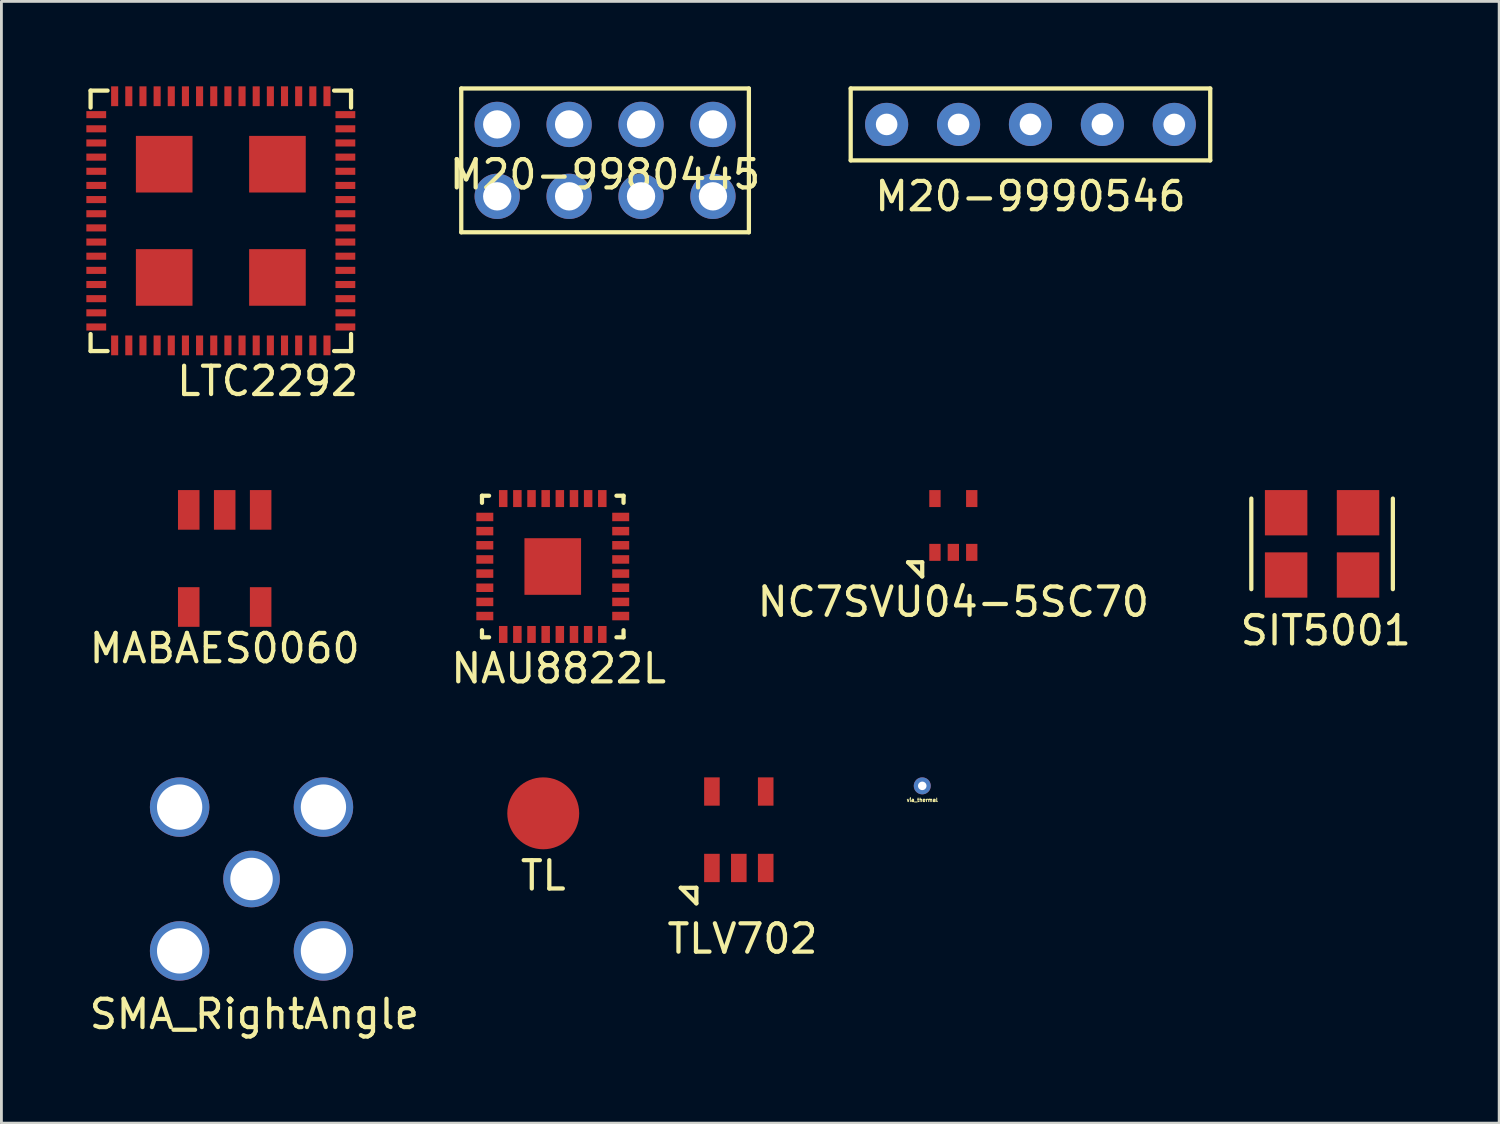
<source format=kicad_pcb>
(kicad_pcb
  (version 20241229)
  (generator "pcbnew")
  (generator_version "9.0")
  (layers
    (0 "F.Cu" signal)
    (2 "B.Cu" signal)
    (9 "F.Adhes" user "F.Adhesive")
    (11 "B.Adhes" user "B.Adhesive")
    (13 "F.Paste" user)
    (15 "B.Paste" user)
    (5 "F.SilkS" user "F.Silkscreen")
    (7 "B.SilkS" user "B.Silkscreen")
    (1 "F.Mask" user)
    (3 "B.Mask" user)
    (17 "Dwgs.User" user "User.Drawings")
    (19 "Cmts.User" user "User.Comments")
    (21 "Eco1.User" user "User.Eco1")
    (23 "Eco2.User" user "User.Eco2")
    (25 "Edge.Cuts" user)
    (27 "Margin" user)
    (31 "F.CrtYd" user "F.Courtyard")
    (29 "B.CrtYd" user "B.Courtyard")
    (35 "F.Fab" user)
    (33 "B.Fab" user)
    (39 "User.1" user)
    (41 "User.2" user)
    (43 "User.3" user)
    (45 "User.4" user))
  (footprint "NAU8822L"
    (layer "F.Cu")
    (at 16.475 16.961)
    (property "Reference" "NAU8822L" (at 0.21 3.6 0) (layer "F.SilkS") (effects (font (size 1 1) (thickness 0.15))))
    (attr through_hole)
    (fp_line (start -2.5 -2.5) (end -2.25 -2.5) (stroke (width 0.15) (type solid)) (layer "F.SilkS"))
    (fp_line (start -2.5 -2.25) (end -2.5 -2.5) (stroke (width 0.15) (type solid)) (layer "F.SilkS"))
    (fp_line (start -2.5 2.25) (end -2.5 2.5) (stroke (width 0.15) (type solid)) (layer "F.SilkS"))
    (fp_line (start -2.5 2.5) (end -2.25 2.5) (stroke (width 0.15) (type solid)) (layer "F.SilkS"))
    (fp_line (start 2.25 -2.5) (end 2.5 -2.5) (stroke (width 0.15) (type solid)) (layer "F.SilkS"))
    (fp_line (start 2.5 -2.5) (end 2.5 -2.25) (stroke (width 0.15) (type solid)) (layer "F.SilkS"))
    (fp_line (start 2.5 2.25) (end 2.5 2.5) (stroke (width 0.15) (type solid)) (layer "F.SilkS"))
    (fp_line (start 2.5 2.5) (end 2.25 2.5) (stroke (width 0.15) (type solid)) (layer "F.SilkS"))
    (pad "1" smd rect (at -2.4 -1.75) (size 0.6 0.3) (layers "F.Cu" "F.Mask" "F.Paste"))
    (pad "2" smd rect (at -2.4 -1.25) (size 0.6 0.3) (layers "F.Cu" "F.Mask" "F.Paste"))
    (pad "3" smd rect (at -2.4 -0.75) (size 0.6 0.3) (layers "F.Cu" "F.Mask" "F.Paste"))
    (pad "4" smd rect (at -2.4 -0.25) (size 0.6 0.3) (layers "F.Cu" "F.Mask" "F.Paste"))
    (pad "5" smd rect (at -2.4 0.25) (size 0.6 0.3) (layers "F.Cu" "F.Mask" "F.Paste"))
    (pad "6" smd rect (at -2.4 0.75) (size 0.6 0.3) (layers "F.Cu" "F.Mask" "F.Paste"))
    (pad "7" smd rect (at -2.4 1.25) (size 0.6 0.3) (layers "F.Cu" "F.Mask" "F.Paste"))
    (pad "8" smd rect (at -2.4 1.75) (size 0.6 0.3) (layers "F.Cu" "F.Mask" "F.Paste"))
    (pad "9" smd rect (at -1.75 2.4) (size 0.3 0.6) (layers "F.Cu" "F.Mask" "F.Paste"))
    (pad "10" smd rect (at -1.25 2.4) (size 0.3 0.6) (layers "F.Cu" "F.Mask" "F.Paste"))
    (pad "11" smd rect (at -0.75 2.4) (size 0.3 0.6) (layers "F.Cu" "F.Mask" "F.Paste"))
    (pad "12" smd rect (at -0.25 2.4) (size 0.3 0.6) (layers "F.Cu" "F.Mask" "F.Paste"))
    (pad "13" smd rect (at 0.25 2.4) (size 0.3 0.6) (layers "F.Cu" "F.Mask" "F.Paste"))
    (pad "14" smd rect (at 0.75 2.4) (size 0.3 0.6) (layers "F.Cu" "F.Mask" "F.Paste"))
    (pad "15" smd rect (at 1.25 2.4) (size 0.3 0.6) (layers "F.Cu" "F.Mask" "F.Paste"))
    (pad "16" smd rect (at 1.75 2.4) (size 0.3 0.6) (layers "F.Cu" "F.Mask" "F.Paste"))
    (pad "17" smd rect (at 2.4 1.75) (size 0.6 0.3) (layers "F.Cu" "F.Mask" "F.Paste"))
    (pad "18" smd rect (at 2.4 1.25) (size 0.6 0.3) (layers "F.Cu" "F.Mask" "F.Paste"))
    (pad "19" smd rect (at 2.4 0.75) (size 0.6 0.3) (layers "F.Cu" "F.Mask" "F.Paste"))
    (pad "20" smd rect (at 2.4 0.25) (size 0.6 0.3) (layers "F.Cu" "F.Mask" "F.Paste"))
    (pad "21" smd rect (at 2.4 -0.25) (size 0.6 0.3) (layers "F.Cu" "F.Mask" "F.Paste"))
    (pad "22" smd rect (at 2.4 -0.75) (size 0.6 0.3) (layers "F.Cu" "F.Mask" "F.Paste"))
    (pad "23" smd rect (at 2.4 -1.25) (size 0.6 0.3) (layers "F.Cu" "F.Mask" "F.Paste"))
    (pad "24" smd rect (at 2.4 -1.75) (size 0.6 0.3) (layers "F.Cu" "F.Mask" "F.Paste"))
    (pad "25" smd rect (at 1.75 -2.4) (size 0.3 0.6) (layers "F.Cu" "F.Mask" "F.Paste"))
    (pad "26" smd rect (at 1.25 -2.4) (size 0.3 0.6) (layers "F.Cu" "F.Mask" "F.Paste"))
    (pad "27" smd rect (at 0.75 -2.4) (size 0.3 0.6) (layers "F.Cu" "F.Mask" "F.Paste"))
    (pad "28" smd rect (at 0.25 -2.4) (size 0.3 0.6) (layers "F.Cu" "F.Mask" "F.Paste"))
    (pad "29" smd rect (at -0.25 -2.4) (size 0.3 0.6) (layers "F.Cu" "F.Mask" "F.Paste"))
    (pad "30" smd rect (at -0.75 -2.4) (size 0.3 0.6) (layers "F.Cu" "F.Mask" "F.Paste"))
    (pad "31" smd rect (at -1.25 -2.4) (size 0.3 0.6) (layers "F.Cu" "F.Mask" "F.Paste"))
    (pad "32" smd rect (at -1.75 -2.4) (size 0.3 0.6) (layers "F.Cu" "F.Mask" "F.Paste"))
    (pad "33" smd rect (at 0 0) (size 2 2) (layers "F.Cu" "F.Mask" "F.Paste")))
  (footprint "TLV702"
    (layer "F.Cu")
    (at 23.047 26.259)
    (property "Reference" "TLV702" (at 0.13 3.85 0) (layer "F.SilkS") (effects (font (size 1 1) (thickness 0.15))))
    (attr through_hole)
    (fp_line (start -2.05 2.05) (end -1.5 2.05) (stroke (width 0.15) (type solid)) (layer "F.SilkS"))
    (fp_line (start -1.5 2.05) (end -1.5 2.6) (stroke (width 0.15) (type solid)) (layer "F.SilkS"))
    (fp_line (start -1.5 2.6) (end -2.05 2.05) (stroke (width 0.15) (type solid)) (layer "F.SilkS"))
    (pad "1" smd rect (at -0.95 1.35) (size 0.55 1) (layers "F.Cu" "F.Mask" "F.Paste"))
    (pad "2" smd rect (at 0 1.35) (size 0.55 1) (layers "F.Cu" "F.Mask" "F.Paste"))
    (pad "3" smd rect (at 0.95 1.35) (size 0.55 1) (layers "F.Cu" "F.Mask" "F.Paste"))
    (pad "4" smd rect (at 0.95 -1.35) (size 0.55 1) (layers "F.Cu" "F.Mask" "F.Paste"))
    (pad "5" smd rect (at -0.95 -1.35) (size 0.55 1) (layers "F.Cu" "F.Mask" "F.Paste")))
  (footprint "LTC2292"
    (layer "F.Cu")
    (at 4.75 4.75)
    (property "Reference" "LTC2292" (at 1.656 5.663 0) (layer "F.SilkS") (effects (font (size 1 1) (thickness 0.15))))
    (attr through_hole)
    (fp_line (start -4.6 -4.6) (end -4 -4.6) (stroke (width 0.15) (type solid)) (layer "F.SilkS"))
    (fp_line (start -4.6 -4) (end -4.6 -4.6) (stroke (width 0.15) (type solid)) (layer "F.SilkS"))
    (fp_line (start -4.6 4) (end -4.6 4.6) (stroke (width 0.15) (type solid)) (layer "F.SilkS"))
    (fp_line (start -4.6 4.6) (end -4 4.6) (stroke (width 0.15) (type solid)) (layer "F.SilkS"))
    (fp_line (start 4 -4.6) (end 4.6 -4.6) (stroke (width 0.15) (type solid)) (layer "F.SilkS"))
    (fp_line (start 4 4.6) (end 4.6 4.6) (stroke (width 0.15) (type solid)) (layer "F.SilkS"))
    (fp_line (start 4.6 -4.6) (end 4.6 -4) (stroke (width 0.15) (type solid)) (layer "F.SilkS"))
    (fp_line (start 4.6 4.6) (end 4.6 4) (stroke (width 0.15) (type solid)) (layer "F.SilkS"))
    (pad "1" smd rect (at -4.4 -3.75) (size 0.7 0.25) (layers "F.Cu" "F.Mask" "F.Paste"))
    (pad "2" smd rect (at -4.4 -3.25) (size 0.7 0.25) (layers "F.Cu" "F.Mask" "F.Paste"))
    (pad "3" smd rect (at -4.4 -2.75) (size 0.7 0.25) (layers "F.Cu" "F.Mask" "F.Paste"))
    (pad "4" smd rect (at -4.4 -2.25) (size 0.7 0.25) (layers "F.Cu" "F.Mask" "F.Paste"))
    (pad "5" smd rect (at -4.4 -1.75) (size 0.7 0.25) (layers "F.Cu" "F.Mask" "F.Paste"))
    (pad "6" smd rect (at -4.4 -1.25) (size 0.7 0.25) (layers "F.Cu" "F.Mask" "F.Paste"))
    (pad "7" smd rect (at -4.4 -0.75) (size 0.7 0.25) (layers "F.Cu" "F.Mask" "F.Paste"))
    (pad "8" smd rect (at -4.4 -0.25) (size 0.7 0.25) (layers "F.Cu" "F.Mask" "F.Paste"))
    (pad "9" smd rect (at -4.4 0.25) (size 0.7 0.25) (layers "F.Cu" "F.Mask" "F.Paste"))
    (pad "10" smd rect (at -4.4 0.75) (size 0.7 0.25) (layers "F.Cu" "F.Mask" "F.Paste"))
    (pad "11" smd rect (at -4.4 1.25) (size 0.7 0.25) (layers "F.Cu" "F.Mask" "F.Paste"))
    (pad "12" smd rect (at -4.4 1.75) (size 0.7 0.25) (layers "F.Cu" "F.Mask" "F.Paste"))
    (pad "13" smd rect (at -4.4 2.25) (size 0.7 0.25) (layers "F.Cu" "F.Mask" "F.Paste"))
    (pad "14" smd rect (at -4.4 2.75) (size 0.7 0.25) (layers "F.Cu" "F.Mask" "F.Paste"))
    (pad "15" smd rect (at -4.4 3.25) (size 0.7 0.25) (layers "F.Cu" "F.Mask" "F.Paste"))
    (pad "16" smd rect (at -4.4 3.75) (size 0.7 0.25) (layers "F.Cu" "F.Mask" "F.Paste"))
    (pad "17" smd rect (at -3.75 4.4) (size 0.25 0.7) (layers "F.Cu" "F.Mask" "F.Paste"))
    (pad "18" smd rect (at -3.25 4.4) (size 0.25 0.7) (layers "F.Cu" "F.Mask" "F.Paste"))
    (pad "19" smd rect (at -2.75 4.4) (size 0.25 0.7) (layers "F.Cu" "F.Mask" "F.Paste"))
    (pad "20" smd rect (at -2.25 4.4) (size 0.25 0.7) (layers "F.Cu" "F.Mask" "F.Paste"))
    (pad "21" smd rect (at -1.75 4.4) (size 0.25 0.7) (layers "F.Cu" "F.Mask" "F.Paste"))
    (pad "22" smd rect (at -1.25 4.4) (size 0.25 0.7) (layers "F.Cu" "F.Mask" "F.Paste"))
    (pad "23" smd rect (at -0.75 4.4) (size 0.25 0.7) (layers "F.Cu" "F.Mask" "F.Paste"))
    (pad "24" smd rect (at -0.25 4.4) (size 0.25 0.7) (layers "F.Cu" "F.Mask" "F.Paste"))
    (pad "25" smd rect (at 0.25 4.4) (size 0.25 0.7) (layers "F.Cu" "F.Mask" "F.Paste"))
    (pad "26" smd rect (at 0.75 4.4) (size 0.25 0.7) (layers "F.Cu" "F.Mask" "F.Paste"))
    (pad "27" smd rect (at 1.25 4.4) (size 0.25 0.7) (layers "F.Cu" "F.Mask" "F.Paste"))
    (pad "28" smd rect (at 1.75 4.4) (size 0.25 0.7) (layers "F.Cu" "F.Mask" "F.Paste"))
    (pad "29" smd rect (at 2.25 4.4) (size 0.25 0.7) (layers "F.Cu" "F.Mask" "F.Paste"))
    (pad "30" smd rect (at 2.75 4.4) (size 0.25 0.7) (layers "F.Cu" "F.Mask" "F.Paste"))
    (pad "31" smd rect (at 3.25 4.4) (size 0.25 0.7) (layers "F.Cu" "F.Mask" "F.Paste"))
    (pad "32" smd rect (at 3.75 4.4) (size 0.25 0.7) (layers "F.Cu" "F.Mask" "F.Paste"))
    (pad "33" smd rect (at 4.4 3.75) (size 0.7 0.25) (layers "F.Cu" "F.Mask" "F.Paste"))
    (pad "34" smd rect (at 4.4 3.25) (size 0.7 0.25) (layers "F.Cu" "F.Mask" "F.Paste"))
    (pad "35" smd rect (at 4.4 2.75) (size 0.7 0.25) (layers "F.Cu" "F.Mask" "F.Paste"))
    (pad "36" smd rect (at 4.4 2.25) (size 0.7 0.25) (layers "F.Cu" "F.Mask" "F.Paste"))
    (pad "37" smd rect (at 4.4 1.75) (size 0.7 0.25) (layers "F.Cu" "F.Mask" "F.Paste"))
    (pad "38" smd rect (at 4.4 1.25) (size 0.7 0.25) (layers "F.Cu" "F.Mask" "F.Paste"))
    (pad "39" smd rect (at 4.4 0.75) (size 0.7 0.25) (layers "F.Cu" "F.Mask" "F.Paste"))
    (pad "40" smd rect (at 4.4 0.25) (size 0.7 0.25) (layers "F.Cu" "F.Mask" "F.Paste"))
    (pad "41" smd rect (at 4.4 -0.25) (size 0.7 0.25) (layers "F.Cu" "F.Mask" "F.Paste"))
    (pad "42" smd rect (at 4.4 -0.75) (size 0.7 0.25) (layers "F.Cu" "F.Mask" "F.Paste"))
    (pad "43" smd rect (at 4.4 -1.25) (size 0.7 0.25) (layers "F.Cu" "F.Mask" "F.Paste"))
    (pad "44" smd rect (at 4.4 -1.75) (size 0.7 0.25) (layers "F.Cu" "F.Mask" "F.Paste"))
    (pad "45" smd rect (at 4.4 -2.25) (size 0.7 0.25) (layers "F.Cu" "F.Mask" "F.Paste"))
    (pad "46" smd rect (at 4.4 -2.75) (size 0.7 0.25) (layers "F.Cu" "F.Mask" "F.Paste"))
    (pad "47" smd rect (at 4.4 -3.25) (size 0.7 0.25) (layers "F.Cu" "F.Mask" "F.Paste"))
    (pad "48" smd rect (at 4.4 -3.75) (size 0.7 0.25) (layers "F.Cu" "F.Mask" "F.Paste"))
    (pad "49" smd rect (at 3.75 -4.4) (size 0.25 0.7) (layers "F.Cu" "F.Mask" "F.Paste"))
    (pad "50" smd rect (at 3.25 -4.4) (size 0.25 0.7) (layers "F.Cu" "F.Mask" "F.Paste"))
    (pad "51" smd rect (at 2.75 -4.4) (size 0.25 0.7) (layers "F.Cu" "F.Mask" "F.Paste"))
    (pad "52" smd rect (at 2.25 -4.4) (size 0.25 0.7) (layers "F.Cu" "F.Mask" "F.Paste"))
    (pad "53" smd rect (at 1.75 -4.4) (size 0.25 0.7) (layers "F.Cu" "F.Mask" "F.Paste"))
    (pad "54" smd rect (at 1.25 -4.4) (size 0.25 0.7) (layers "F.Cu" "F.Mask" "F.Paste"))
    (pad "55" smd rect (at 0.75 -4.4) (size 0.25 0.7) (layers "F.Cu" "F.Mask" "F.Paste"))
    (pad "56" smd rect (at 0.25 -4.4) (size 0.25 0.7) (layers "F.Cu" "F.Mask" "F.Paste"))
    (pad "57" smd rect (at -0.25 -4.4) (size 0.25 0.7) (layers "F.Cu" "F.Mask" "F.Paste"))
    (pad "58" smd rect (at -0.75 -4.4) (size 0.25 0.7) (layers "F.Cu" "F.Mask" "F.Paste"))
    (pad "59" smd rect (at -1.25 -4.4) (size 0.25 0.7) (layers "F.Cu" "F.Mask" "F.Paste"))
    (pad "60" smd rect (at -1.75 -4.4) (size 0.25 0.7) (layers "F.Cu" "F.Mask" "F.Paste"))
    (pad "61" smd rect (at -2.25 -4.4) (size 0.25 0.7) (layers "F.Cu" "F.Mask" "F.Paste"))
    (pad "62" smd rect (at -2.75 -4.4) (size 0.25 0.7) (layers "F.Cu" "F.Mask" "F.Paste"))
    (pad "63" smd rect (at -3.25 -4.4) (size 0.25 0.7) (layers "F.Cu" "F.Mask" "F.Paste"))
    (pad "64" smd rect (at -3.75 -4.4) (size 0.25 0.7) (layers "F.Cu" "F.Mask" "F.Paste"))
    (pad "65" smd rect (at -2 -2) (size 2 2) (layers "F.Cu" "F.Mask" "F.Paste"))
    (pad "65" smd rect (at -2 2) (size 2 2) (layers "F.Cu" "F.Mask" "F.Paste"))
    (pad "65" smd rect (at 2 -2) (size 2 2) (layers "F.Cu" "F.Mask" "F.Paste"))
    (pad "65" smd rect (at 2 2) (size 2 2) (layers "F.Cu" "F.Mask" "F.Paste")))
  (footprint "M20-9990546"
    (layer "F.Cu")
    (at 33.349 1.345)
    (property "Reference" "M20-9990546" (at 0 2.54 0) (layer "F.SilkS") (effects (font (size 1 1) (thickness 0.15))))
    (attr through_hole)
    (fp_line (start -6.35 -1.27) (end -6.35 1.27) (stroke (width 0.15) (type solid)) (layer "F.SilkS"))
    (fp_line (start -6.35 1.27) (end 6.35 1.27) (stroke (width 0.15) (type solid)) (layer "F.SilkS"))
    (fp_line (start 6.35 -1.27) (end -6.35 -1.27) (stroke (width 0.15) (type solid)) (layer "F.SilkS"))
    (fp_line (start 6.35 1.27) (end 6.35 -1.27) (stroke (width 0.15) (type solid)) (layer "F.SilkS"))
    (pad "1" thru_hole circle (at -5.08 0) (size 1.524 1.524) (drill 0.762) (layers "*.Cu" "*.Mask"))
    (pad "2" thru_hole circle (at -2.54 0) (size 1.524 1.524) (drill 0.762) (layers "*.Cu" "*.Mask"))
    (pad "3" thru_hole circle (at 0 0) (size 1.524 1.524) (drill 0.762) (layers "*.Cu" "*.Mask"))
    (pad "4" thru_hole circle (at 2.54 0) (size 1.524 1.524) (drill 0.762) (layers "*.Cu" "*.Mask"))
    (pad "5" thru_hole circle (at 5.08 0) (size 1.524 1.524) (drill 0.762) (layers "*.Cu" "*.Mask")))
  (footprint "SMA_RightAngle"
    (layer "F.Cu")
    (at 5.835 27.999)
    (property "Reference" "SMA_RightAngle" (at 0.1 4.775 0) (layer "F.SilkS") (effects (font (size 1 1) (thickness 0.15))))
    (attr through_hole)
    (pad "1" thru_hole circle (at 0 0) (size 2 2) (drill 1.5) (layers "*.Cu" "*.Mask"))
    (pad "2" thru_hole circle (at -2.54 -2.54) (size 2.1 2.1) (drill 1.6) (layers "*.Cu" "*.Mask"))
    (pad "3" thru_hole circle (at 2.54 -2.54) (size 2.1 2.1) (drill 1.6) (layers "*.Cu" "*.Mask"))
    (pad "4" thru_hole circle (at 2.54 2.54) (size 2.1 2.1) (drill 1.6) (layers "*.Cu" "*.Mask"))
    (pad "5" thru_hole circle (at -2.54 2.54) (size 2.1 2.1) (drill 1.6) (layers "*.Cu" "*.Mask")))
  (footprint "NC7SVU04-5SC70"
    (layer "F.Cu")
    (at 30.625 15.511)
    (property "Reference" "NC7SVU04-5SC70" (at 0 2.7 0) (layer "F.SilkS") (effects (font (size 1 1) (thickness 0.15))))
    (attr smd)
    (fp_line (start -1.6 1.3) (end -1.1 1.3) (stroke (width 0.15) (type solid)) (layer "F.SilkS"))
    (fp_line (start -1.1 1.3) (end -1.1 1.8) (stroke (width 0.15) (type solid)) (layer "F.SilkS"))
    (fp_line (start -1.1 1.8) (end -1.6 1.3) (stroke (width 0.15) (type solid)) (layer "F.SilkS"))
    (pad "1" smd rect (at -0.65 0.95) (size 0.4 0.6) (layers "F.Cu" "F.Mask" "F.Paste"))
    (pad "2" smd rect (at 0 0.95) (size 0.4 0.6) (layers "F.Cu" "F.Mask" "F.Paste"))
    (pad "3" smd rect (at 0.65 0.95) (size 0.4 0.6) (layers "F.Cu" "F.Mask" "F.Paste"))
    (pad "4" smd rect (at 0.65 -0.95) (size 0.4 0.6) (layers "F.Cu" "F.Mask" "F.Paste"))
    (pad "5" smd rect (at -0.65 -0.95) (size 0.4 0.6) (layers "F.Cu" "F.Mask" "F.Paste")))
  (footprint "via_thermal"
    (layer "F.Cu")
    (at 29.527 24.709)
    (property "Reference" "via_thermal" (at 0 0.5 0) (layer "F.SilkS") (effects (font (size 0.127 0.127) (thickness 0.032))))
    (attr through_hole)
    (pad "" thru_hole circle (at 0 0) (size 0.6 0.6) (drill 0.3) (layers "*.Cu")))
  (footprint "SIT5001"
    (layer "F.Cu")
    (at 43.65 16.161)
    (property "Reference" "SIT5001" (at 0.13 3.06 0) (layer "F.SilkS") (effects (font (size 1 1) (thickness 0.15))))
    (attr through_hole)
    (fp_line (start -2.5 -1.6) (end -2.5 1.6) (stroke (width 0.15) (type solid)) (layer "F.SilkS"))
    (fp_line (start 2.5 -1.6) (end 2.5 1.6) (stroke (width 0.15) (type solid)) (layer "F.SilkS"))
    (pad "1" smd rect (at -1.27 1.1) (size 1.5 1.6) (layers "F.Cu" "F.Mask" "F.Paste"))
    (pad "2" smd rect (at 1.27 1.1) (size 1.5 1.6) (layers "F.Cu" "F.Mask" "F.Paste"))
    (pad "3" smd rect (at 1.27 -1.1) (size 1.5 1.6) (layers "F.Cu" "F.Mask" "F.Paste"))
    (pad "4" smd rect (at -1.27 -1.1) (size 1.5 1.6) (layers "F.Cu" "F.Mask" "F.Paste")))
  (footprint "MABAES0060"
    (layer "F.Cu")
    (at 4.887 16.676)
    (property "Reference" "MABAES0060" (at 0 3.175 0) (layer "F.SilkS") (effects (font (size 1 1) (thickness 0.15))))
    (attr through_hole)
    (pad "1" smd rect (at -1.27 -1.715) (size 0.76 1.4) (layers "F.Cu" "F.Mask" "F.Paste"))
    (pad "2" smd rect (at 0 -1.715) (size 0.76 1.4) (layers "F.Cu" "F.Mask" "F.Paste"))
    (pad "3" smd rect (at 1.27 -1.715) (size 0.76 1.4) (layers "F.Cu" "F.Mask" "F.Paste"))
    (pad "4" smd rect (at 1.27 1.715) (size 0.76 1.4) (layers "F.Cu" "F.Mask" "F.Paste"))
    (pad "5" smd rect (at -1.27 1.715) (size 0.76 1.4) (layers "F.Cu" "F.Mask" "F.Paste")))
  (footprint "TL"
    (layer "F.Cu")
    (at 16.139 25.679)
    (property "Reference" "TL" (at 0 2.2 0) (layer "F.SilkS") (effects (font (size 1 1) (thickness 0.15))))
    (attr through_hole)
    (pad "1" smd circle (at 0 0) (size 2.54 2.54) (layers "F.Cu" "F.Mask" "F.Paste")))
  (footprint "M20-9980445"
    (layer "F.Cu")
    (at 18.323 2.615)
    (property "Reference" "M20-9980445" (at 0 0.5 0) (layer "F.SilkS") (effects (font (size 1 1) (thickness 0.15))))
    (attr through_hole)
    (fp_line (start -5.08 -2.54) (end -5.08 2.54) (stroke (width 0.15) (type solid)) (layer "F.SilkS"))
    (fp_line (start -5.08 2.54) (end 5.08 2.54) (stroke (width 0.15) (type solid)) (layer "F.SilkS"))
    (fp_line (start 5.08 -2.54) (end -5.08 -2.54) (stroke (width 0.15) (type solid)) (layer "F.SilkS"))
    (fp_line (start 5.08 2.54) (end 5.08 -2.54) (stroke (width 0.15) (type solid)) (layer "F.SilkS"))
    (pad "1" thru_hole circle (at -3.81 -1.27) (size 1.6 1.6) (drill 1) (layers "*.Cu" "*.Mask"))
    (pad "2" thru_hole circle (at -3.81 1.27) (size 1.6 1.6) (drill 1) (layers "*.Cu" "*.Mask"))
    (pad "3" thru_hole circle (at -1.27 -1.27) (size 1.6 1.6) (drill 1) (layers "*.Cu" "*.Mask"))
    (pad "4" thru_hole circle (at -1.27 1.27) (size 1.6 1.6) (drill 1) (layers "*.Cu" "*.Mask"))
    (pad "5" thru_hole circle (at 1.27 -1.27) (size 1.6 1.6) (drill 1) (layers "*.Cu" "*.Mask"))
    (pad "6" thru_hole circle (at 1.27 1.27) (size 1.6 1.6) (drill 1) (layers "*.Cu" "*.Mask"))
    (pad "7" thru_hole circle (at 3.81 -1.27) (size 1.6 1.6) (drill 1) (layers "*.Cu" "*.Mask"))
    (pad "8" thru_hole circle (at 3.81 1.27) (size 1.6 1.6) (drill 1) (layers "*.Cu" "*.Mask")))
  (gr_rect
    (start -3 -3)
    (end 49.905 36.623)
    (stroke (width 0.1) (type default))
    (fill no)
    (layer "Edge.Cuts")))
</source>
